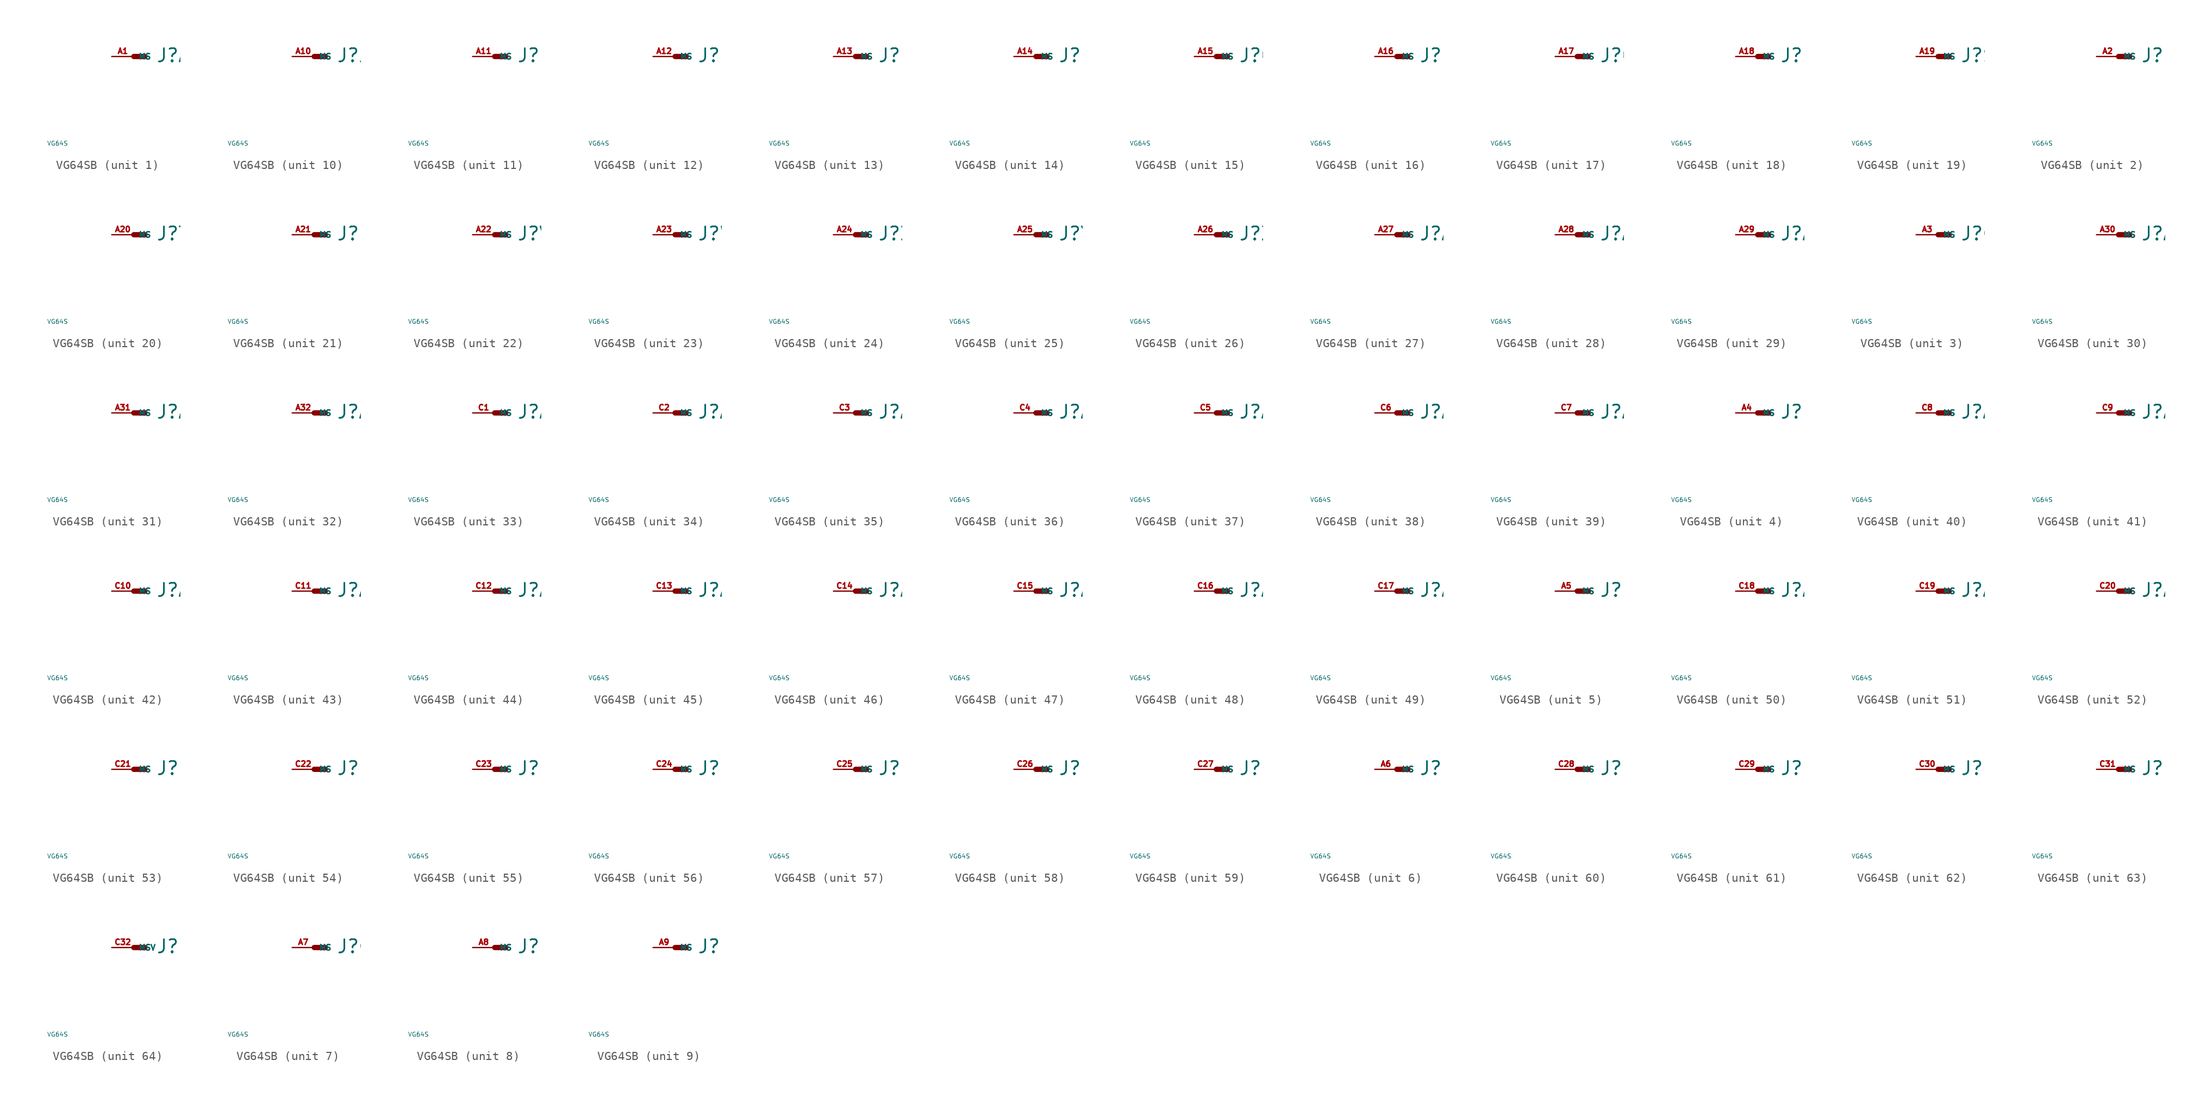
<source format=kicad_sym>
(kicad_symbol_lib
  (version 20220914)
  (generator Eagle2Kicad)
  (symbol "VG64SB"
    (property "Reference" "J"
      (at 2.54 -0.762 0)
      (effects (font (size 1.524 1.524) (thickness 0.19)) (justify left bottom)))
    (property "Value" "VG64S"
      (at -10 -10 0)
      (effects (font (size 0.5 0.5) (thickness 0.06)) (justify left)))
    (symbol "VG64SB_1_0"
      (polyline (pts (xy 0 0) (xy 1.27 0)) (stroke (width 0.61) (type default)) (fill (type none)))
      (pin passive line (at -2.54 0 0) (length 2.54) (name "MS" (effects (font (size 0.635 0.635) (thickness 0.08)) (justify left bottom))) (number "A1" (effects (font (size 0.635 0.635) (thickness 0.08)) (justify left bottom)))))
    (symbol "VG64SB_2_0"
      (polyline (pts (xy 0 0) (xy 1.27 0)) (stroke (width 0.61) (type default)) (fill (type none)))
      (pin passive line (at -2.54 0 0) (length 2.54) (name "MS" (effects (font (size 0.635 0.635) (thickness 0.08)) (justify left bottom))) (number "A2" (effects (font (size 0.635 0.635) (thickness 0.08)) (justify left bottom)))))
    (symbol "VG64SB_3_0"
      (polyline (pts (xy 0 0) (xy 1.27 0)) (stroke (width 0.61) (type default)) (fill (type none)))
      (pin passive line (at -2.54 0 0) (length 2.54) (name "MS" (effects (font (size 0.635 0.635) (thickness 0.08)) (justify left bottom))) (number "A3" (effects (font (size 0.635 0.635) (thickness 0.08)) (justify left bottom)))))
    (symbol "VG64SB_4_0"
      (polyline (pts (xy 0 0) (xy 1.27 0)) (stroke (width 0.61) (type default)) (fill (type none)))
      (pin passive line (at -2.54 0 0) (length 2.54) (name "MS" (effects (font (size 0.635 0.635) (thickness 0.08)) (justify left bottom))) (number "A4" (effects (font (size 0.635 0.635) (thickness 0.08)) (justify left bottom)))))
    (symbol "VG64SB_5_0"
      (polyline (pts (xy 0 0) (xy 1.27 0)) (stroke (width 0.61) (type default)) (fill (type none)))
      (pin passive line (at -2.54 0 0) (length 2.54) (name "MS" (effects (font (size 0.635 0.635) (thickness 0.08)) (justify left bottom))) (number "A5" (effects (font (size 0.635 0.635) (thickness 0.08)) (justify left bottom)))))
    (symbol "VG64SB_6_0"
      (polyline (pts (xy 0 0) (xy 1.27 0)) (stroke (width 0.61) (type default)) (fill (type none)))
      (pin passive line (at -2.54 0 0) (length 2.54) (name "MS" (effects (font (size 0.635 0.635) (thickness 0.08)) (justify left bottom))) (number "A6" (effects (font (size 0.635 0.635) (thickness 0.08)) (justify left bottom)))))
    (symbol "VG64SB_7_0"
      (polyline (pts (xy 0 0) (xy 1.27 0)) (stroke (width 0.61) (type default)) (fill (type none)))
      (pin passive line (at -2.54 0 0) (length 2.54) (name "MS" (effects (font (size 0.635 0.635) (thickness 0.08)) (justify left bottom))) (number "A7" (effects (font (size 0.635 0.635) (thickness 0.08)) (justify left bottom)))))
    (symbol "VG64SB_8_0"
      (polyline (pts (xy 0 0) (xy 1.27 0)) (stroke (width 0.61) (type default)) (fill (type none)))
      (pin passive line (at -2.54 0 0) (length 2.54) (name "MS" (effects (font (size 0.635 0.635) (thickness 0.08)) (justify left bottom))) (number "A8" (effects (font (size 0.635 0.635) (thickness 0.08)) (justify left bottom)))))
    (symbol "VG64SB_9_0"
      (polyline (pts (xy 0 0) (xy 1.27 0)) (stroke (width 0.61) (type default)) (fill (type none)))
      (pin passive line (at -2.54 0 0) (length 2.54) (name "MS" (effects (font (size 0.635 0.635) (thickness 0.08)) (justify left bottom))) (number "A9" (effects (font (size 0.635 0.635) (thickness 0.08)) (justify left bottom)))))
    (symbol "VG64SB_10_0"
      (polyline (pts (xy 0 0) (xy 1.27 0)) (stroke (width 0.61) (type default)) (fill (type none)))
      (pin passive line (at -2.54 0 0) (length 2.54) (name "MS" (effects (font (size 0.635 0.635) (thickness 0.08)) (justify left bottom))) (number "A10" (effects (font (size 0.635 0.635) (thickness 0.08)) (justify left bottom)))))
    (symbol "VG64SB_11_0"
      (polyline (pts (xy 0 0) (xy 1.27 0)) (stroke (width 0.61) (type default)) (fill (type none)))
      (pin passive line (at -2.54 0 0) (length 2.54) (name "MS" (effects (font (size 0.635 0.635) (thickness 0.08)) (justify left bottom))) (number "A11" (effects (font (size 0.635 0.635) (thickness 0.08)) (justify left bottom)))))
    (symbol "VG64SB_12_0"
      (polyline (pts (xy 0 0) (xy 1.27 0)) (stroke (width 0.61) (type default)) (fill (type none)))
      (pin passive line (at -2.54 0 0) (length 2.54) (name "MS" (effects (font (size 0.635 0.635) (thickness 0.08)) (justify left bottom))) (number "A12" (effects (font (size 0.635 0.635) (thickness 0.08)) (justify left bottom)))))
    (symbol "VG64SB_13_0"
      (polyline (pts (xy 0 0) (xy 1.27 0)) (stroke (width 0.61) (type default)) (fill (type none)))
      (pin passive line (at -2.54 0 0) (length 2.54) (name "MS" (effects (font (size 0.635 0.635) (thickness 0.08)) (justify left bottom))) (number "A13" (effects (font (size 0.635 0.635) (thickness 0.08)) (justify left bottom)))))
    (symbol "VG64SB_14_0"
      (polyline (pts (xy 0 0) (xy 1.27 0)) (stroke (width 0.61) (type default)) (fill (type none)))
      (pin passive line (at -2.54 0 0) (length 2.54) (name "MS" (effects (font (size 0.635 0.635) (thickness 0.08)) (justify left bottom))) (number "A14" (effects (font (size 0.635 0.635) (thickness 0.08)) (justify left bottom)))))
    (symbol "VG64SB_15_0"
      (polyline (pts (xy 0 0) (xy 1.27 0)) (stroke (width 0.61) (type default)) (fill (type none)))
      (pin passive line (at -2.54 0 0) (length 2.54) (name "MS" (effects (font (size 0.635 0.635) (thickness 0.08)) (justify left bottom))) (number "A15" (effects (font (size 0.635 0.635) (thickness 0.08)) (justify left bottom)))))
    (symbol "VG64SB_16_0"
      (polyline (pts (xy 0 0) (xy 1.27 0)) (stroke (width 0.61) (type default)) (fill (type none)))
      (pin passive line (at -2.54 0 0) (length 2.54) (name "MS" (effects (font (size 0.635 0.635) (thickness 0.08)) (justify left bottom))) (number "A16" (effects (font (size 0.635 0.635) (thickness 0.08)) (justify left bottom)))))
    (symbol "VG64SB_17_0"
      (polyline (pts (xy 0 0) (xy 1.27 0)) (stroke (width 0.61) (type default)) (fill (type none)))
      (pin passive line (at -2.54 0 0) (length 2.54) (name "MS" (effects (font (size 0.635 0.635) (thickness 0.08)) (justify left bottom))) (number "A17" (effects (font (size 0.635 0.635) (thickness 0.08)) (justify left bottom)))))
    (symbol "VG64SB_18_0"
      (polyline (pts (xy 0 0) (xy 1.27 0)) (stroke (width 0.61) (type default)) (fill (type none)))
      (pin passive line (at -2.54 0 0) (length 2.54) (name "MS" (effects (font (size 0.635 0.635) (thickness 0.08)) (justify left bottom))) (number "A18" (effects (font (size 0.635 0.635) (thickness 0.08)) (justify left bottom)))))
    (symbol "VG64SB_19_0"
      (polyline (pts (xy 0 0) (xy 1.27 0)) (stroke (width 0.61) (type default)) (fill (type none)))
      (pin passive line (at -2.54 0 0) (length 2.54) (name "MS" (effects (font (size 0.635 0.635) (thickness 0.08)) (justify left bottom))) (number "A19" (effects (font (size 0.635 0.635) (thickness 0.08)) (justify left bottom)))))
    (symbol "VG64SB_20_0"
      (polyline (pts (xy 0 0) (xy 1.27 0)) (stroke (width 0.61) (type default)) (fill (type none)))
      (pin passive line (at -2.54 0 0) (length 2.54) (name "MS" (effects (font (size 0.635 0.635) (thickness 0.08)) (justify left bottom))) (number "A20" (effects (font (size 0.635 0.635) (thickness 0.08)) (justify left bottom)))))
    (symbol "VG64SB_21_0"
      (polyline (pts (xy 0 0) (xy 1.27 0)) (stroke (width 0.61) (type default)) (fill (type none)))
      (pin passive line (at -2.54 0 0) (length 2.54) (name "MS" (effects (font (size 0.635 0.635) (thickness 0.08)) (justify left bottom))) (number "A21" (effects (font (size 0.635 0.635) (thickness 0.08)) (justify left bottom)))))
    (symbol "VG64SB_22_0"
      (polyline (pts (xy 0 0) (xy 1.27 0)) (stroke (width 0.61) (type default)) (fill (type none)))
      (pin passive line (at -2.54 0 0) (length 2.54) (name "MS" (effects (font (size 0.635 0.635) (thickness 0.08)) (justify left bottom))) (number "A22" (effects (font (size 0.635 0.635) (thickness 0.08)) (justify left bottom)))))
    (symbol "VG64SB_23_0"
      (polyline (pts (xy 0 0) (xy 1.27 0)) (stroke (width 0.61) (type default)) (fill (type none)))
      (pin passive line (at -2.54 0 0) (length 2.54) (name "MS" (effects (font (size 0.635 0.635) (thickness 0.08)) (justify left bottom))) (number "A23" (effects (font (size 0.635 0.635) (thickness 0.08)) (justify left bottom)))))
    (symbol "VG64SB_24_0"
      (polyline (pts (xy 0 0) (xy 1.27 0)) (stroke (width 0.61) (type default)) (fill (type none)))
      (pin passive line (at -2.54 0 0) (length 2.54) (name "MS" (effects (font (size 0.635 0.635) (thickness 0.08)) (justify left bottom))) (number "A24" (effects (font (size 0.635 0.635) (thickness 0.08)) (justify left bottom)))))
    (symbol "VG64SB_25_0"
      (polyline (pts (xy 0 0) (xy 1.27 0)) (stroke (width 0.61) (type default)) (fill (type none)))
      (pin passive line (at -2.54 0 0) (length 2.54) (name "MS" (effects (font (size 0.635 0.635) (thickness 0.08)) (justify left bottom))) (number "A25" (effects (font (size 0.635 0.635) (thickness 0.08)) (justify left bottom)))))
    (symbol "VG64SB_26_0"
      (polyline (pts (xy 0 0) (xy 1.27 0)) (stroke (width 0.61) (type default)) (fill (type none)))
      (pin passive line (at -2.54 0 0) (length 2.54) (name "MS" (effects (font (size 0.635 0.635) (thickness 0.08)) (justify left bottom))) (number "A26" (effects (font (size 0.635 0.635) (thickness 0.08)) (justify left bottom)))))
    (symbol "VG64SB_27_0"
      (polyline (pts (xy 0 0) (xy 1.27 0)) (stroke (width 0.61) (type default)) (fill (type none)))
      (pin passive line (at -2.54 0 0) (length 2.54) (name "MS" (effects (font (size 0.635 0.635) (thickness 0.08)) (justify left bottom))) (number "A27" (effects (font (size 0.635 0.635) (thickness 0.08)) (justify left bottom)))))
    (symbol "VG64SB_28_0"
      (polyline (pts (xy 0 0) (xy 1.27 0)) (stroke (width 0.61) (type default)) (fill (type none)))
      (pin passive line (at -2.54 0 0) (length 2.54) (name "MS" (effects (font (size 0.635 0.635) (thickness 0.08)) (justify left bottom))) (number "A28" (effects (font (size 0.635 0.635) (thickness 0.08)) (justify left bottom)))))
    (symbol "VG64SB_29_0"
      (polyline (pts (xy 0 0) (xy 1.27 0)) (stroke (width 0.61) (type default)) (fill (type none)))
      (pin passive line (at -2.54 0 0) (length 2.54) (name "MS" (effects (font (size 0.635 0.635) (thickness 0.08)) (justify left bottom))) (number "A29" (effects (font (size 0.635 0.635) (thickness 0.08)) (justify left bottom)))))
    (symbol "VG64SB_30_0"
      (polyline (pts (xy 0 0) (xy 1.27 0)) (stroke (width 0.61) (type default)) (fill (type none)))
      (pin passive line (at -2.54 0 0) (length 2.54) (name "MS" (effects (font (size 0.635 0.635) (thickness 0.08)) (justify left bottom))) (number "A30" (effects (font (size 0.635 0.635) (thickness 0.08)) (justify left bottom)))))
    (symbol "VG64SB_31_0"
      (polyline (pts (xy 0 0) (xy 1.27 0)) (stroke (width 0.61) (type default)) (fill (type none)))
      (pin passive line (at -2.54 0 0) (length 2.54) (name "MS" (effects (font (size 0.635 0.635) (thickness 0.08)) (justify left bottom))) (number "A31" (effects (font (size 0.635 0.635) (thickness 0.08)) (justify left bottom)))))
    (symbol "VG64SB_32_0"
      (polyline (pts (xy 0 0) (xy 1.27 0)) (stroke (width 0.61) (type default)) (fill (type none)))
      (pin passive line (at -2.54 0 0) (length 2.54) (name "MS" (effects (font (size 0.635 0.635) (thickness 0.08)) (justify left bottom))) (number "A32" (effects (font (size 0.635 0.635) (thickness 0.08)) (justify left bottom)))))
    (symbol "VG64SB_33_0"
      (polyline (pts (xy 0 0) (xy 1.27 0)) (stroke (width 0.61) (type default)) (fill (type none)))
      (pin passive line (at -2.54 0 0) (length 2.54) (name "MS" (effects (font (size 0.635 0.635) (thickness 0.08)) (justify left bottom))) (number "C1" (effects (font (size 0.635 0.635) (thickness 0.08)) (justify left bottom)))))
    (symbol "VG64SB_34_0"
      (polyline (pts (xy 0 0) (xy 1.27 0)) (stroke (width 0.61) (type default)) (fill (type none)))
      (pin passive line (at -2.54 0 0) (length 2.54) (name "MS" (effects (font (size 0.635 0.635) (thickness 0.08)) (justify left bottom))) (number "C2" (effects (font (size 0.635 0.635) (thickness 0.08)) (justify left bottom)))))
    (symbol "VG64SB_35_0"
      (polyline (pts (xy 0 0) (xy 1.27 0)) (stroke (width 0.61) (type default)) (fill (type none)))
      (pin passive line (at -2.54 0 0) (length 2.54) (name "MS" (effects (font (size 0.635 0.635) (thickness 0.08)) (justify left bottom))) (number "C3" (effects (font (size 0.635 0.635) (thickness 0.08)) (justify left bottom)))))
    (symbol "VG64SB_36_0"
      (polyline (pts (xy 0 0) (xy 1.27 0)) (stroke (width 0.61) (type default)) (fill (type none)))
      (pin passive line (at -2.54 0 0) (length 2.54) (name "MS" (effects (font (size 0.635 0.635) (thickness 0.08)) (justify left bottom))) (number "C4" (effects (font (size 0.635 0.635) (thickness 0.08)) (justify left bottom)))))
    (symbol "VG64SB_37_0"
      (polyline (pts (xy 0 0) (xy 1.27 0)) (stroke (width 0.61) (type default)) (fill (type none)))
      (pin passive line (at -2.54 0 0) (length 2.54) (name "MS" (effects (font (size 0.635 0.635) (thickness 0.08)) (justify left bottom))) (number "C5" (effects (font (size 0.635 0.635) (thickness 0.08)) (justify left bottom)))))
    (symbol "VG64SB_38_0"
      (polyline (pts (xy 0 0) (xy 1.27 0)) (stroke (width 0.61) (type default)) (fill (type none)))
      (pin passive line (at -2.54 0 0) (length 2.54) (name "MS" (effects (font (size 0.635 0.635) (thickness 0.08)) (justify left bottom))) (number "C6" (effects (font (size 0.635 0.635) (thickness 0.08)) (justify left bottom)))))
    (symbol "VG64SB_39_0"
      (polyline (pts (xy 0 0) (xy 1.27 0)) (stroke (width 0.61) (type default)) (fill (type none)))
      (pin passive line (at -2.54 0 0) (length 2.54) (name "MS" (effects (font (size 0.635 0.635) (thickness 0.08)) (justify left bottom))) (number "C7" (effects (font (size 0.635 0.635) (thickness 0.08)) (justify left bottom)))))
    (symbol "VG64SB_40_0"
      (polyline (pts (xy 0 0) (xy 1.27 0)) (stroke (width 0.61) (type default)) (fill (type none)))
      (pin passive line (at -2.54 0 0) (length 2.54) (name "MS" (effects (font (size 0.635 0.635) (thickness 0.08)) (justify left bottom))) (number "C8" (effects (font (size 0.635 0.635) (thickness 0.08)) (justify left bottom)))))
    (symbol "VG64SB_41_0"
      (polyline (pts (xy 0 0) (xy 1.27 0)) (stroke (width 0.61) (type default)) (fill (type none)))
      (pin passive line (at -2.54 0 0) (length 2.54) (name "MS" (effects (font (size 0.635 0.635) (thickness 0.08)) (justify left bottom))) (number "C9" (effects (font (size 0.635 0.635) (thickness 0.08)) (justify left bottom)))))
    (symbol "VG64SB_42_0"
      (polyline (pts (xy 0 0) (xy 1.27 0)) (stroke (width 0.61) (type default)) (fill (type none)))
      (pin passive line (at -2.54 0 0) (length 2.54) (name "MS" (effects (font (size 0.635 0.635) (thickness 0.08)) (justify left bottom))) (number "C10" (effects (font (size 0.635 0.635) (thickness 0.08)) (justify left bottom)))))
    (symbol "VG64SB_43_0"
      (polyline (pts (xy 0 0) (xy 1.27 0)) (stroke (width 0.61) (type default)) (fill (type none)))
      (pin passive line (at -2.54 0 0) (length 2.54) (name "MS" (effects (font (size 0.635 0.635) (thickness 0.08)) (justify left bottom))) (number "C11" (effects (font (size 0.635 0.635) (thickness 0.08)) (justify left bottom)))))
    (symbol "VG64SB_44_0"
      (polyline (pts (xy 0 0) (xy 1.27 0)) (stroke (width 0.61) (type default)) (fill (type none)))
      (pin passive line (at -2.54 0 0) (length 2.54) (name "MS" (effects (font (size 0.635 0.635) (thickness 0.08)) (justify left bottom))) (number "C12" (effects (font (size 0.635 0.635) (thickness 0.08)) (justify left bottom)))))
    (symbol "VG64SB_45_0"
      (polyline (pts (xy 0 0) (xy 1.27 0)) (stroke (width 0.61) (type default)) (fill (type none)))
      (pin passive line (at -2.54 0 0) (length 2.54) (name "MS" (effects (font (size 0.635 0.635) (thickness 0.08)) (justify left bottom))) (number "C13" (effects (font (size 0.635 0.635) (thickness 0.08)) (justify left bottom)))))
    (symbol "VG64SB_46_0"
      (polyline (pts (xy 0 0) (xy 1.27 0)) (stroke (width 0.61) (type default)) (fill (type none)))
      (pin passive line (at -2.54 0 0) (length 2.54) (name "MS" (effects (font (size 0.635 0.635) (thickness 0.08)) (justify left bottom))) (number "C14" (effects (font (size 0.635 0.635) (thickness 0.08)) (justify left bottom)))))
    (symbol "VG64SB_47_0"
      (polyline (pts (xy 0 0) (xy 1.27 0)) (stroke (width 0.61) (type default)) (fill (type none)))
      (pin passive line (at -2.54 0 0) (length 2.54) (name "MS" (effects (font (size 0.635 0.635) (thickness 0.08)) (justify left bottom))) (number "C15" (effects (font (size 0.635 0.635) (thickness 0.08)) (justify left bottom)))))
    (symbol "VG64SB_48_0"
      (polyline (pts (xy 0 0) (xy 1.27 0)) (stroke (width 0.61) (type default)) (fill (type none)))
      (pin passive line (at -2.54 0 0) (length 2.54) (name "MS" (effects (font (size 0.635 0.635) (thickness 0.08)) (justify left bottom))) (number "C16" (effects (font (size 0.635 0.635) (thickness 0.08)) (justify left bottom)))))
    (symbol "VG64SB_49_0"
      (polyline (pts (xy 0 0) (xy 1.27 0)) (stroke (width 0.61) (type default)) (fill (type none)))
      (pin passive line (at -2.54 0 0) (length 2.54) (name "MS" (effects (font (size 0.635 0.635) (thickness 0.08)) (justify left bottom))) (number "C17" (effects (font (size 0.635 0.635) (thickness 0.08)) (justify left bottom)))))
    (symbol "VG64SB_50_0"
      (polyline (pts (xy 0 0) (xy 1.27 0)) (stroke (width 0.61) (type default)) (fill (type none)))
      (pin passive line (at -2.54 0 0) (length 2.54) (name "MS" (effects (font (size 0.635 0.635) (thickness 0.08)) (justify left bottom))) (number "C18" (effects (font (size 0.635 0.635) (thickness 0.08)) (justify left bottom)))))
    (symbol "VG64SB_51_0"
      (polyline (pts (xy 0 0) (xy 1.27 0)) (stroke (width 0.61) (type default)) (fill (type none)))
      (pin passive line (at -2.54 0 0) (length 2.54) (name "MS" (effects (font (size 0.635 0.635) (thickness 0.08)) (justify left bottom))) (number "C19" (effects (font (size 0.635 0.635) (thickness 0.08)) (justify left bottom)))))
    (symbol "VG64SB_52_0"
      (polyline (pts (xy 0 0) (xy 1.27 0)) (stroke (width 0.61) (type default)) (fill (type none)))
      (pin passive line (at -2.54 0 0) (length 2.54) (name "MS" (effects (font (size 0.635 0.635) (thickness 0.08)) (justify left bottom))) (number "C20" (effects (font (size 0.635 0.635) (thickness 0.08)) (justify left bottom)))))
    (symbol "VG64SB_53_0"
      (polyline (pts (xy 0 0) (xy 1.27 0)) (stroke (width 0.61) (type default)) (fill (type none)))
      (pin passive line (at -2.54 0 0) (length 2.54) (name "MS" (effects (font (size 0.635 0.635) (thickness 0.08)) (justify left bottom))) (number "C21" (effects (font (size 0.635 0.635) (thickness 0.08)) (justify left bottom)))))
    (symbol "VG64SB_54_0"
      (polyline (pts (xy 0 0) (xy 1.27 0)) (stroke (width 0.61) (type default)) (fill (type none)))
      (pin passive line (at -2.54 0 0) (length 2.54) (name "MS" (effects (font (size 0.635 0.635) (thickness 0.08)) (justify left bottom))) (number "C22" (effects (font (size 0.635 0.635) (thickness 0.08)) (justify left bottom)))))
    (symbol "VG64SB_55_0"
      (polyline (pts (xy 0 0) (xy 1.27 0)) (stroke (width 0.61) (type default)) (fill (type none)))
      (pin passive line (at -2.54 0 0) (length 2.54) (name "MS" (effects (font (size 0.635 0.635) (thickness 0.08)) (justify left bottom))) (number "C23" (effects (font (size 0.635 0.635) (thickness 0.08)) (justify left bottom)))))
    (symbol "VG64SB_56_0"
      (polyline (pts (xy 0 0) (xy 1.27 0)) (stroke (width 0.61) (type default)) (fill (type none)))
      (pin passive line (at -2.54 0 0) (length 2.54) (name "MS" (effects (font (size 0.635 0.635) (thickness 0.08)) (justify left bottom))) (number "C24" (effects (font (size 0.635 0.635) (thickness 0.08)) (justify left bottom)))))
    (symbol "VG64SB_57_0"
      (polyline (pts (xy 0 0) (xy 1.27 0)) (stroke (width 0.61) (type default)) (fill (type none)))
      (pin passive line (at -2.54 0 0) (length 2.54) (name "MS" (effects (font (size 0.635 0.635) (thickness 0.08)) (justify left bottom))) (number "C25" (effects (font (size 0.635 0.635) (thickness 0.08)) (justify left bottom)))))
    (symbol "VG64SB_58_0"
      (polyline (pts (xy 0 0) (xy 1.27 0)) (stroke (width 0.61) (type default)) (fill (type none)))
      (pin passive line (at -2.54 0 0) (length 2.54) (name "MS" (effects (font (size 0.635 0.635) (thickness 0.08)) (justify left bottom))) (number "C26" (effects (font (size 0.635 0.635) (thickness 0.08)) (justify left bottom)))))
    (symbol "VG64SB_59_0"
      (polyline (pts (xy 0 0) (xy 1.27 0)) (stroke (width 0.61) (type default)) (fill (type none)))
      (pin passive line (at -2.54 0 0) (length 2.54) (name "MS" (effects (font (size 0.635 0.635) (thickness 0.08)) (justify left bottom))) (number "C27" (effects (font (size 0.635 0.635) (thickness 0.08)) (justify left bottom)))))
    (symbol "VG64SB_60_0"
      (polyline (pts (xy 0 0) (xy 1.27 0)) (stroke (width 0.61) (type default)) (fill (type none)))
      (pin passive line (at -2.54 0 0) (length 2.54) (name "MS" (effects (font (size 0.635 0.635) (thickness 0.08)) (justify left bottom))) (number "C28" (effects (font (size 0.635 0.635) (thickness 0.08)) (justify left bottom)))))
    (symbol "VG64SB_61_0"
      (polyline (pts (xy 0 0) (xy 1.27 0)) (stroke (width 0.61) (type default)) (fill (type none)))
      (pin passive line (at -2.54 0 0) (length 2.54) (name "MS" (effects (font (size 0.635 0.635) (thickness 0.08)) (justify left bottom))) (number "C29" (effects (font (size 0.635 0.635) (thickness 0.08)) (justify left bottom)))))
    (symbol "VG64SB_62_0"
      (polyline (pts (xy 0 0) (xy 1.27 0)) (stroke (width 0.61) (type default)) (fill (type none)))
      (pin passive line (at -2.54 0 0) (length 2.54) (name "MS" (effects (font (size 0.635 0.635) (thickness 0.08)) (justify left bottom))) (number "C30" (effects (font (size 0.635 0.635) (thickness 0.08)) (justify left bottom)))))
    (symbol "VG64SB_63_0"
      (polyline (pts (xy 0 0) (xy 1.27 0)) (stroke (width 0.61) (type default)) (fill (type none)))
      (pin passive line (at -2.54 0 0) (length 2.54) (name "MS" (effects (font (size 0.635 0.635) (thickness 0.08)) (justify left bottom))) (number "C31" (effects (font (size 0.635 0.635) (thickness 0.08)) (justify left bottom)))))
    (symbol "VG64SB_64_0"
      (polyline (pts (xy 0 0) (xy 1.27 0)) (stroke (width 0.61) (type default)) (fill (type none)))
      (pin passive line (at -2.54 0 0) (length 2.54) (name "MSV" (effects (font (size 0.635 0.635) (thickness 0.08)) (justify left bottom))) (number "C32" (effects (font (size 0.635 0.635) (thickness 0.08)) (justify left bottom)))))))
</source>
